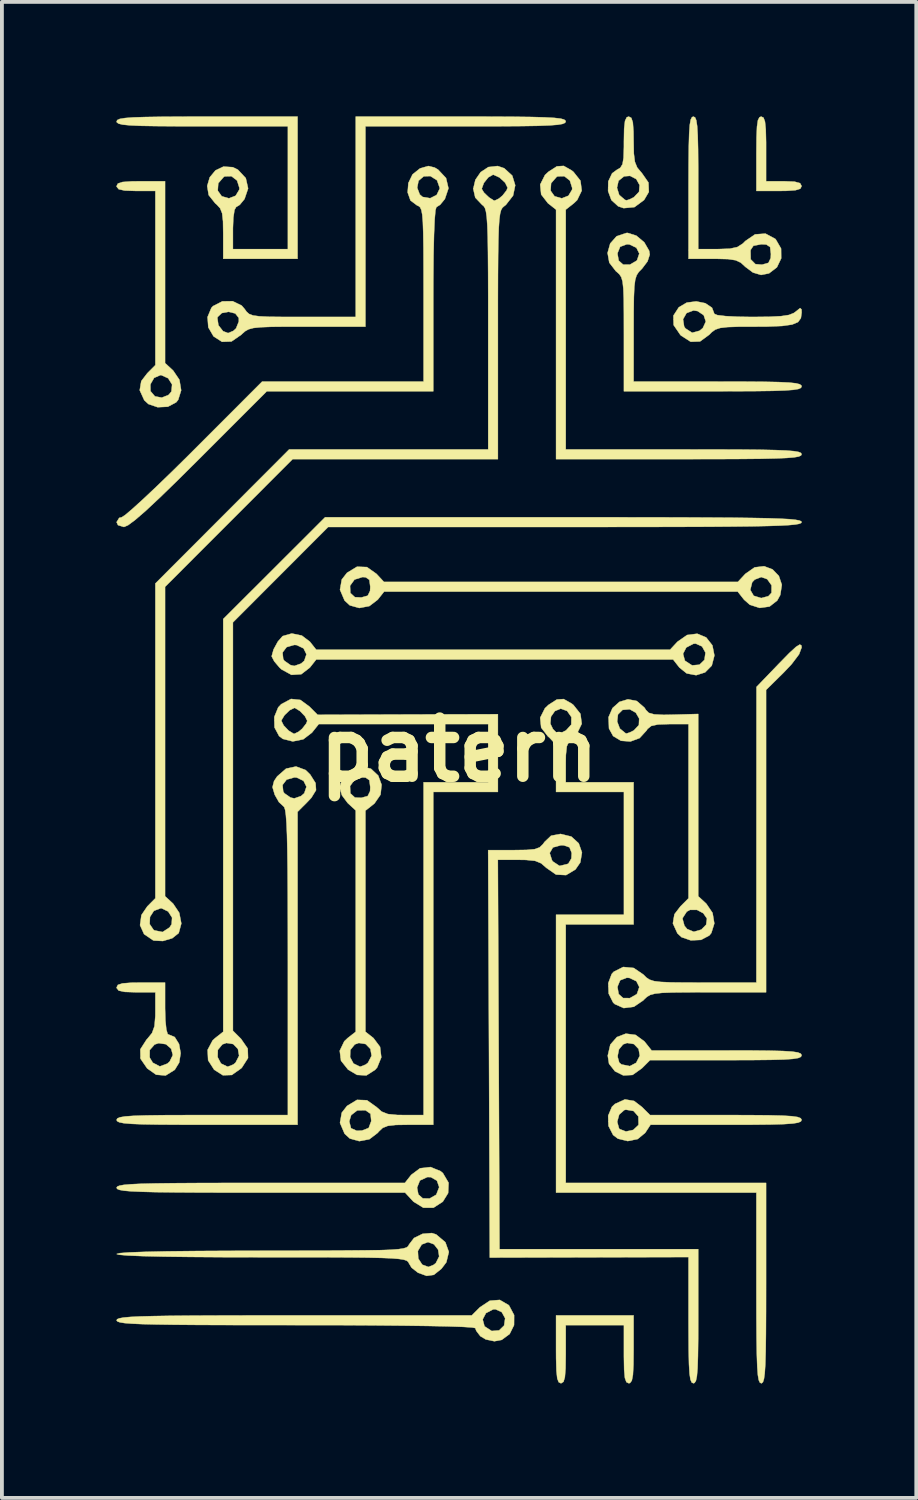
<source format=kicad_pcb>
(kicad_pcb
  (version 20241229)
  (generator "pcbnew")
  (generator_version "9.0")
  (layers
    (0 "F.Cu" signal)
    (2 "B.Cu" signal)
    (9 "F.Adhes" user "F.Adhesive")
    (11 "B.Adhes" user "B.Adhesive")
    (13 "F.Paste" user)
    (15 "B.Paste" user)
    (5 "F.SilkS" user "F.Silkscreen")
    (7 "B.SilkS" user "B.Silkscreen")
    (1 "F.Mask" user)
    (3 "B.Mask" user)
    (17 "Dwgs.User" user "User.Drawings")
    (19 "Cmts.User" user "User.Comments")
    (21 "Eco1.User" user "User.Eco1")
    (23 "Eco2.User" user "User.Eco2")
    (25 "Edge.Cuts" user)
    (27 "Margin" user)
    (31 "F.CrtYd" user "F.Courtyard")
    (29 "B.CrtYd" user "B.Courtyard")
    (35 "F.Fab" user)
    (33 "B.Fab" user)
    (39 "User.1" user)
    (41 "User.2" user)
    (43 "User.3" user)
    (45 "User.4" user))
  (footprint "patern"
    (layer "F.Cu")
    (at 8.98 16.6)
    (property "Reference" "patern" (at 0 0 0) (layer "F.SilkS") (effects (font (size 1.524 1.524) (thickness 0.3))))
    (attr through_hole)
    (fp_poly (pts (xy 7.976 -16.567) (xy 8.014 -16.464) (xy 8.035 -16.259) (xy 8.043 -15.924) (xy 8.043 -15.748) (xy 8.043 -14.901) (xy 8.509 -14.901) (xy 8.79 -14.89) (xy 8.934 -14.85) (xy 8.975 -14.774) (xy 8.94 -14.705) (xy 8.814 -14.666) (xy 8.568 -14.649) (xy 8.382 -14.647) (xy 7.789 -14.647) (xy 7.789 -15.621) (xy 7.793 -16.049) (xy 7.805 -16.333) (xy 7.83 -16.501) (xy 7.871 -16.579) (xy 7.916 -16.595) (xy 7.976 -16.567)) (stroke (width 0.01) (type solid)) (fill yes) (layer "F.SilkS"))
    (fp_poly (pts (xy 4.572 15.706) (xy 4.568 16.112) (xy 4.554 16.376) (xy 4.525 16.525) (xy 4.478 16.588) (xy 4.445 16.595) (xy 4.383 16.565) (xy 4.344 16.457) (xy 4.324 16.241) (xy 4.318 15.888) (xy 4.318 15.833) (xy 4.318 15.071) (xy 2.794 15.071) (xy 2.794 15.833) (xy 2.789 16.204) (xy 2.771 16.436) (xy 2.735 16.556) (xy 2.676 16.594) (xy 2.667 16.595) (xy 2.609 16.567) (xy 2.571 16.467) (xy 2.55 16.267) (xy 2.541 15.94) (xy 2.54 15.706) (xy 2.54 14.817) (xy 4.572 14.817) (xy 4.572 15.706)) (stroke (width 0.01) (type solid)) (fill yes) (layer "F.SilkS"))
    (fp_poly (pts (xy -7.705 -10.137) (xy -7.493 -9.941) (xy -7.329 -9.699) (xy -7.283 -9.423) (xy -7.361 -9.174) (xy -7.414 -9.108) (xy -7.631 -8.993) (xy -7.899 -8.98) (xy -8.142 -9.063) (xy -8.25 -9.163) (xy -8.369 -9.425) (xy -8.343 -9.578) (xy -8.09 -9.578) (xy -8.087 -9.402) (xy -7.971 -9.265) (xy -7.79 -9.231) (xy -7.612 -9.303) (xy -7.538 -9.392) (xy -7.521 -9.575) (xy -7.624 -9.739) (xy -7.803 -9.82) (xy -7.827 -9.821) (xy -7.992 -9.749) (xy -8.09 -9.578) (xy -8.343 -9.578) (xy -8.328 -9.665) (xy -8.17 -9.871) (xy -7.959 -10.083) (xy -7.959 -14.647) (xy -8.467 -14.647) (xy -8.762 -14.657) (xy -8.92 -14.692) (xy -8.974 -14.759) (xy -8.975 -14.774) (xy -8.941 -14.841) (xy -8.821 -14.881) (xy -8.583 -14.898) (xy -8.34 -14.901) (xy -7.705 -14.901) (xy -7.705 -10.137)) (stroke (width 0.01) (type solid)) (fill yes) (layer "F.SilkS"))
    (fp_poly (pts (xy 4.512 -16.561) (xy 4.552 -16.441) (xy 4.569 -16.202) (xy 4.572 -15.964) (xy 4.578 -15.626) (xy 4.606 -15.408) (xy 4.667 -15.259) (xy 4.775 -15.13) (xy 4.784 -15.121) (xy 4.961 -14.867) (xy 4.971 -14.621) (xy 4.847 -14.41) (xy 4.595 -14.223) (xy 4.312 -14.196) (xy 4.168 -14.244) (xy 3.99 -14.407) (xy 3.903 -14.643) (xy 3.905 -14.73) (xy 4.136 -14.73) (xy 4.194 -14.543) (xy 4.344 -14.414) (xy 4.387 -14.4) (xy 4.473 -14.429) (xy 4.578 -14.481) (xy 4.715 -14.625) (xy 4.729 -14.8) (xy 4.642 -14.957) (xy 4.479 -15.042) (xy 4.322 -15.03) (xy 4.177 -14.913) (xy 4.136 -14.73) (xy 3.905 -14.73) (xy 3.908 -14.896) (xy 4.008 -15.108) (xy 4.128 -15.197) (xy 4.224 -15.254) (xy 4.281 -15.347) (xy 4.309 -15.515) (xy 4.318 -15.799) (xy 4.318 -15.937) (xy 4.324 -16.279) (xy 4.347 -16.482) (xy 4.392 -16.577) (xy 4.445 -16.595) (xy 4.512 -16.561)) (stroke (width 0.01) (type solid)) (fill yes) (layer "F.SilkS"))
    (fp_poly (pts (xy -7.705 6.773) (xy -7.696 7.088) (xy -7.672 7.325) (xy -7.637 7.444) (xy -7.626 7.451) (xy -7.452 7.523) (xy -7.339 7.705) (xy -7.296 7.945) (xy -7.335 8.192) (xy -7.451 8.382) (xy -7.69 8.531) (xy -7.939 8.51) (xy -8.174 8.344) (xy -8.348 8.091) (xy -8.349 8.06) (xy -8.109 8.06) (xy -8.026 8.196) (xy -7.842 8.292) (xy -7.645 8.219) (xy -7.584 8.164) (xy -7.501 7.994) (xy -7.546 7.829) (xy -7.682 7.711) (xy -7.871 7.683) (xy -7.98 7.719) (xy -8.107 7.864) (xy -8.109 8.06) (xy -8.349 8.06) (xy -8.353 7.844) (xy -8.19 7.59) (xy -8.17 7.57) (xy -8.046 7.417) (xy -7.982 7.239) (xy -7.96 6.973) (xy -7.959 6.854) (xy -7.959 6.35) (xy -8.467 6.35) (xy -8.762 6.34) (xy -8.92 6.306) (xy -8.974 6.238) (xy -8.975 6.223) (xy -8.941 6.156) (xy -8.821 6.117) (xy -8.583 6.099) (xy -8.34 6.096) (xy -7.705 6.096) (xy -7.705 6.773)) (stroke (width 0.01) (type solid)) (fill yes) (layer "F.SilkS"))
    (fp_poly (pts (xy 4.585 9.198) (xy 4.791 9.356) (xy 5.003 9.567) (xy 6.989 9.567) (xy 7.627 9.569) (xy 8.115 9.573) (xy 8.472 9.582) (xy 8.718 9.597) (xy 8.87 9.619) (xy 8.949 9.649) (xy 8.974 9.689) (xy 8.975 9.694) (xy 8.955 9.735) (xy 8.883 9.766) (xy 8.741 9.789) (xy 8.507 9.805) (xy 8.165 9.815) (xy 7.693 9.82) (xy 7.074 9.821) (xy 6.995 9.821) (xy 5.015 9.821) (xy 4.876 10.033) (xy 4.679 10.196) (xy 4.418 10.249) (xy 4.161 10.186) (xy 4.035 10.09) (xy 3.914 9.853) (xy 3.91 9.744) (xy 4.142 9.744) (xy 4.19 9.917) (xy 4.205 9.934) (xy 4.37 9.998) (xy 4.562 9.957) (xy 4.694 9.833) (xy 4.702 9.812) (xy 4.697 9.604) (xy 4.57 9.46) (xy 4.371 9.427) (xy 4.327 9.437) (xy 4.194 9.555) (xy 4.142 9.744) (xy 3.91 9.744) (xy 3.905 9.584) (xy 4.004 9.351) (xy 4.083 9.276) (xy 4.345 9.157) (xy 4.585 9.198)) (stroke (width 0.01) (type solid)) (fill yes) (layer "F.SilkS"))
    (fp_poly (pts (xy 4.624 7.467) (xy 4.856 7.638) (xy 4.867 7.652) (xy 5.044 7.874) (xy 7.009 7.874) (xy 7.644 7.875) (xy 8.128 7.88) (xy 8.482 7.889) (xy 8.724 7.904) (xy 8.874 7.926) (xy 8.951 7.957) (xy 8.975 7.997) (xy 8.975 8.001) (xy 8.955 8.042) (xy 8.884 8.073) (xy 8.741 8.096) (xy 8.508 8.112) (xy 8.166 8.121) (xy 7.695 8.126) (xy 7.076 8.128) (xy 6.989 8.128) (xy 5.003 8.128) (xy 4.791 8.34) (xy 4.545 8.516) (xy 4.303 8.529) (xy 4.083 8.42) (xy 3.928 8.223) (xy 3.898 8.032) (xy 4.151 8.032) (xy 4.195 8.192) (xy 4.255 8.241) (xy 4.473 8.285) (xy 4.637 8.199) (xy 4.64 8.196) (xy 4.734 8.013) (xy 4.703 7.835) (xy 4.58 7.707) (xy 4.399 7.678) (xy 4.295 7.716) (xy 4.187 7.848) (xy 4.151 8.032) (xy 3.898 8.032) (xy 3.895 8.009) (xy 3.962 7.721) (xy 4.134 7.524) (xy 4.369 7.434) (xy 4.624 7.467)) (stroke (width 0.01) (type solid)) (fill yes) (layer "F.SilkS"))
    (fp_poly (pts (xy -0.486 11.037) (xy -0.423 11.091) (xy -0.276 11.341) (xy -0.288 11.612) (xy -0.427 11.837) (xy -0.671 11.995) (xy -0.938 11.995) (xy -1.194 11.838) (xy -1.22 11.811) (xy -1.416 11.599) (xy -5.196 11.599) (xy -6.103 11.599) (xy -6.856 11.597) (xy -7.467 11.593) (xy -7.951 11.587) (xy -8.322 11.577) (xy -8.595 11.565) (xy -8.782 11.549) (xy -8.898 11.528) (xy -8.958 11.503) (xy -8.975 11.473) (xy -8.975 11.472) (xy -8.973 11.47) (xy -1.102 11.47) (xy -1.068 11.647) (xy -0.953 11.75) (xy -0.775 11.754) (xy -0.609 11.66) (xy -0.596 11.646) (xy -0.522 11.456) (xy -0.581 11.287) (xy -0.741 11.194) (xy -0.832 11.192) (xy -1.028 11.282) (xy -1.102 11.47) (xy -8.973 11.47) (xy -8.958 11.442) (xy -8.899 11.417) (xy -8.783 11.396) (xy -8.596 11.38) (xy -8.325 11.367) (xy -7.954 11.358) (xy -7.471 11.352) (xy -6.86 11.348) (xy -6.109 11.346) (xy -5.202 11.345) (xy -1.421 11.345) (xy -1.255 11.134) (xy -1.025 10.962) (xy -0.75 10.929) (xy -0.486 11.037)) (stroke (width 0.01) (type solid)) (fill yes) (layer "F.SilkS"))
    (fp_poly (pts (xy 6.451 -11.705) (xy 6.626 -11.587) (xy 6.689 -11.424) (xy 6.768 -11.393) (xy 6.985 -11.367) (xy 7.308 -11.351) (xy 7.677 -11.345) (xy 8.125 -11.35) (xy 8.436 -11.366) (xy 8.64 -11.397) (xy 8.769 -11.448) (xy 8.82 -11.485) (xy 8.935 -11.577) (xy 8.972 -11.542) (xy 8.975 -11.46) (xy 8.955 -11.314) (xy 8.881 -11.212) (xy 8.726 -11.146) (xy 8.467 -11.109) (xy 8.079 -11.093) (xy 7.761 -11.091) (xy 7.331 -11.09) (xy 7.035 -11.08) (xy 6.841 -11.057) (xy 6.714 -11.015) (xy 6.62 -10.947) (xy 6.554 -10.88) (xy 6.312 -10.703) (xy 6.068 -10.695) (xy 5.815 -10.857) (xy 5.796 -10.876) (xy 5.621 -11.132) (xy 5.617 -11.285) (xy 5.867 -11.285) (xy 5.896 -11.095) (xy 5.93 -11.045) (xy 6.106 -10.931) (xy 6.301 -10.984) (xy 6.386 -11.055) (xy 6.464 -11.225) (xy 6.409 -11.391) (xy 6.249 -11.499) (xy 6.141 -11.515) (xy 5.959 -11.447) (xy 5.867 -11.285) (xy 5.617 -11.285) (xy 5.615 -11.38) (xy 5.757 -11.599) (xy 5.965 -11.721) (xy 6.213 -11.753) (xy 6.451 -11.705)) (stroke (width 0.01) (type solid)) (fill yes) (layer "F.SilkS"))
    (fp_poly (pts (xy 2.948 -15.185) (xy 2.994 -15.149) (xy 3.179 -14.916) (xy 3.213 -14.655) (xy 3.094 -14.408) (xy 3.006 -14.324) (xy 2.794 -14.157) (xy 2.794 -7.874) (xy 5.884 -7.874) (xy 6.698 -7.873) (xy 7.358 -7.871) (xy 7.88 -7.866) (xy 8.279 -7.857) (xy 8.57 -7.846) (xy 8.77 -7.829) (xy 8.894 -7.808) (xy 8.957 -7.781) (xy 8.975 -7.747) (xy 8.975 -7.747) (xy 8.957 -7.714) (xy 8.896 -7.687) (xy 8.774 -7.666) (xy 8.578 -7.65) (xy 8.291 -7.638) (xy 7.899 -7.629) (xy 7.386 -7.624) (xy 6.738 -7.621) (xy 5.938 -7.62) (xy 5.757 -7.62) (xy 2.54 -7.62) (xy 2.54 -14.157) (xy 2.328 -14.324) (xy 2.15 -14.554) (xy 2.14 -14.655) (xy 2.396 -14.655) (xy 2.5 -14.508) (xy 2.689 -14.453) (xy 2.864 -14.521) (xy 2.96 -14.68) (xy 2.963 -14.725) (xy 2.902 -14.919) (xy 2.756 -15.033) (xy 2.582 -15.029) (xy 2.554 -15.014) (xy 2.41 -14.849) (xy 2.396 -14.655) (xy 2.14 -14.655) (xy 2.124 -14.814) (xy 2.249 -15.063) (xy 2.34 -15.149) (xy 2.56 -15.291) (xy 2.74 -15.303) (xy 2.948 -15.185)) (stroke (width 0.01) (type solid)) (fill yes) (layer "F.SilkS"))
    (fp_poly (pts (xy 6.182 -16.574) (xy 6.214 -16.499) (xy 6.237 -16.349) (xy 6.252 -16.104) (xy 6.261 -15.743) (xy 6.265 -15.245) (xy 6.265 -14.859) (xy 6.265 -13.123) (xy 6.785 -13.123) (xy 7.092 -13.134) (xy 7.289 -13.176) (xy 7.432 -13.267) (xy 7.5 -13.335) (xy 7.754 -13.509) (xy 8.027 -13.529) (xy 8.28 -13.394) (xy 8.297 -13.377) (xy 8.436 -13.138) (xy 8.439 -12.879) (xy 8.327 -12.646) (xy 8.12 -12.487) (xy 7.912 -12.446) (xy 7.699 -12.509) (xy 7.5 -12.658) (xy 7.382 -12.767) (xy 7.246 -12.831) (xy 7.046 -12.861) (xy 6.734 -12.869) (xy 6.658 -12.869) (xy 6.011 -12.869) (xy 6.011 -13.097) (xy 7.635 -13.097) (xy 7.64 -12.855) (xy 7.764 -12.729) (xy 7.937 -12.715) (xy 8.105 -12.763) (xy 8.165 -12.889) (xy 8.17 -12.996) (xy 8.149 -13.176) (xy 8.05 -13.243) (xy 7.917 -13.25) (xy 7.711 -13.21) (xy 7.635 -13.097) (xy 6.011 -13.097) (xy 6.011 -14.732) (xy 6.013 -15.348) (xy 6.018 -15.814) (xy 6.028 -16.151) (xy 6.044 -16.378) (xy 6.068 -16.514) (xy 6.101 -16.579) (xy 6.138 -16.595) (xy 6.182 -16.574)) (stroke (width 0.01) (type solid)) (fill yes) (layer "F.SilkS"))
    (fp_poly (pts (xy 8.213 -4.73) (xy 8.378 -4.559) (xy 8.456 -4.327) (xy 8.415 -4.06) (xy 8.335 -3.914) (xy 8.134 -3.757) (xy 7.875 -3.721) (xy 7.617 -3.804) (xy 7.466 -3.937) (xy 7.299 -4.149) (xy -1.965 -4.149) (xy -2.132 -3.937) (xy -2.352 -3.769) (xy -2.616 -3.719) (xy -2.864 -3.788) (xy -3.001 -3.914) (xy -3.122 -4.198) (xy -3.103 -4.302) (xy -2.858 -4.302) (xy -2.85 -4.112) (xy -2.731 -4.003) (xy -2.562 -3.995) (xy -2.394 -4.042) (xy -2.333 -4.169) (xy -2.332 -4.193) (xy 7.629 -4.193) (xy 7.719 -4.039) (xy 7.916 -3.979) (xy 8.104 -4.029) (xy 8.186 -4.118) (xy 8.187 -4.314) (xy 8.073 -4.474) (xy 7.916 -4.53) (xy 7.746 -4.464) (xy 7.679 -4.393) (xy 7.629 -4.193) (xy -2.332 -4.193) (xy -2.328 -4.276) (xy -2.352 -4.458) (xy -2.449 -4.524) (xy -2.531 -4.53) (xy -2.741 -4.464) (xy -2.858 -4.302) (xy -3.103 -4.302) (xy -3.075 -4.465) (xy -2.937 -4.642) (xy -2.675 -4.801) (xy -2.415 -4.791) (xy -2.166 -4.614) (xy -1.97 -4.403) (xy 7.304 -4.403) (xy 7.5 -4.614) (xy 7.743 -4.784) (xy 7.991 -4.814) (xy 8.213 -4.73)) (stroke (width 0.01) (type solid)) (fill yes) (layer "F.SilkS"))
    (fp_poly (pts (xy 8.969 -2.737) (xy 8.975 -2.686) (xy 8.907 -2.505) (xy 8.713 -2.248) (xy 8.509 -2.032) (xy 8.043 -1.572) (xy 8.043 6.35) (xy 6.534 6.35) (xy 5.995 6.351) (xy 5.599 6.355) (xy 5.32 6.365) (xy 5.131 6.386) (xy 5.007 6.419) (xy 4.921 6.47) (xy 4.847 6.539) (xy 4.826 6.562) (xy 4.579 6.73) (xy 4.313 6.764) (xy 4.077 6.659) (xy 4.035 6.619) (xy 3.919 6.386) (xy 3.912 6.208) (xy 4.148 6.208) (xy 4.181 6.397) (xy 4.296 6.501) (xy 4.474 6.503) (xy 4.645 6.405) (xy 4.663 6.385) (xy 4.721 6.213) (xy 4.645 6.06) (xy 4.463 5.974) (xy 4.395 5.969) (xy 4.219 6.036) (xy 4.148 6.208) (xy 3.912 6.208) (xy 3.908 6.111) (xy 3.998 5.871) (xy 4.05 5.813) (xy 4.3 5.687) (xy 4.574 5.713) (xy 4.826 5.884) (xy 4.905 5.963) (xy 4.989 6.019) (xy 5.107 6.057) (xy 5.285 6.079) (xy 5.553 6.091) (xy 5.937 6.095) (xy 6.407 6.096) (xy 7.789 6.096) (xy 7.792 -1.651) (xy 8.383 -2.265) (xy 8.652 -2.54) (xy 8.828 -2.701) (xy 8.927 -2.762) (xy 8.969 -2.737)) (stroke (width 0.01) (type solid)) (fill yes) (layer "F.SilkS"))
    (fp_poly (pts (xy -4.233 -12.869) (xy -6.181 -12.869) (xy -6.181 -13.513) (xy -6.186 -13.849) (xy -6.209 -14.06) (xy -6.263 -14.194) (xy -6.358 -14.296) (xy -6.392 -14.324) (xy -6.562 -14.538) (xy -6.581 -14.655) (xy -6.325 -14.655) (xy -6.221 -14.508) (xy -6.032 -14.453) (xy -5.856 -14.521) (xy -5.761 -14.68) (xy -5.757 -14.725) (xy -5.818 -14.919) (xy -5.964 -15.033) (xy -6.139 -15.029) (xy -6.167 -15.014) (xy -6.311 -14.849) (xy -6.325 -14.655) (xy -6.581 -14.655) (xy -6.601 -14.777) (xy -6.534 -15.004) (xy -6.384 -15.185) (xy -6.174 -15.285) (xy -5.929 -15.269) (xy -5.797 -15.204) (xy -5.59 -14.983) (xy -5.529 -14.712) (xy -5.623 -14.435) (xy -5.747 -14.284) (xy -5.844 -14.224) (xy -5.886 -14.147) (xy -5.916 -13.945) (xy -5.927 -13.674) (xy -5.927 -13.123) (xy -4.487 -13.123) (xy -4.487 -16.341) (xy -6.731 -16.341) (xy -7.414 -16.342) (xy -7.945 -16.346) (xy -8.344 -16.353) (xy -8.627 -16.366) (xy -8.814 -16.384) (xy -8.921 -16.41) (xy -8.968 -16.443) (xy -8.975 -16.468) (xy -8.956 -16.505) (xy -8.889 -16.535) (xy -8.755 -16.557) (xy -8.536 -16.574) (xy -8.216 -16.584) (xy -7.777 -16.591) (xy -7.201 -16.594) (xy -6.604 -16.595) (xy -4.233 -16.595) (xy -4.233 -12.869)) (stroke (width 0.01) (type solid)) (fill yes) (layer "F.SilkS"))
    (fp_poly (pts (xy 2.94 2.27) (xy 3.134 2.447) (xy 3.219 2.688) (xy 3.175 2.949) (xy 3.048 3.133) (xy 2.802 3.28) (xy 2.539 3.266) (xy 2.286 3.09) (xy 2.15 2.971) (xy 1.99 2.906) (xy 1.75 2.882) (xy 1.551 2.879) (xy 1.015 2.879) (xy 1.037 7.98) (xy 1.058 13.081) (xy 6.265 13.081) (xy 6.265 14.838) (xy 6.264 15.434) (xy 6.258 15.881) (xy 6.248 16.2) (xy 6.23 16.41) (xy 6.204 16.532) (xy 6.168 16.586) (xy 6.138 16.595) (xy 6.094 16.574) (xy 6.061 16.497) (xy 6.038 16.345) (xy 6.023 16.095) (xy 6.015 15.726) (xy 6.012 15.219) (xy 6.011 14.941) (xy 6.011 13.288) (xy 0.804 13.302) (xy 0.783 7.963) (xy 0.761 2.701) (xy 2.373 2.701) (xy 2.434 2.893) (xy 2.459 2.925) (xy 2.632 3.039) (xy 2.837 2.99) (xy 2.865 2.974) (xy 2.942 2.843) (xy 2.95 2.7) (xy 2.892 2.552) (xy 2.743 2.5) (xy 2.668 2.498) (xy 2.458 2.555) (xy 2.373 2.701) (xy 0.761 2.701) (xy 0.761 2.625) (xy 1.429 2.625) (xy 1.768 2.62) (xy 1.981 2.6) (xy 2.11 2.553) (xy 2.198 2.468) (xy 2.236 2.413) (xy 2.409 2.248) (xy 2.656 2.201) (xy 2.94 2.27)) (stroke (width 0.01) (type solid)) (fill yes) (layer "F.SilkS"))
    (fp_poly (pts (xy -4.122 -2.997) (xy -3.91 -2.836) (xy -3.743 -2.625) (xy 5.526 -2.625) (xy 5.722 -2.836) (xy 5.975 -3.012) (xy 6.239 -3.045) (xy 6.472 -2.949) (xy 6.636 -2.741) (xy 6.689 -2.475) (xy 6.62 -2.209) (xy 6.445 -2.032) (xy 6.21 -1.958) (xy 5.963 -2.005) (xy 5.772 -2.159) (xy 5.606 -2.371) (xy -3.743 -2.371) (xy -3.91 -2.159) (xy -4.135 -1.984) (xy -4.392 -1.967) (xy -4.655 -2.111) (xy -4.703 -2.155) (xy -4.844 -2.321) (xy -4.91 -2.448) (xy -4.911 -2.457) (xy -4.884 -2.553) (xy -4.627 -2.553) (xy -4.609 -2.381) (xy -4.578 -2.335) (xy -4.417 -2.223) (xy -4.318 -2.201) (xy -4.143 -2.262) (xy -4.058 -2.335) (xy -4 -2.507) (xy -4.006 -2.519) (xy 5.867 -2.519) (xy 5.914 -2.344) (xy 5.921 -2.335) (xy 6.104 -2.216) (xy 6.298 -2.233) (xy 6.428 -2.359) (xy 6.455 -2.549) (xy 6.365 -2.712) (xy 6.2 -2.786) (xy 6.142 -2.782) (xy 5.952 -2.684) (xy 5.867 -2.519) (xy -4.006 -2.519) (xy -4.076 -2.661) (xy -4.255 -2.747) (xy -4.318 -2.752) (xy -4.52 -2.694) (xy -4.627 -2.553) (xy -4.884 -2.553) (xy -4.862 -2.633) (xy -4.75 -2.839) (xy -4.626 -2.981) (xy -4.623 -2.983) (xy -4.385 -3.051) (xy -4.122 -2.997)) (stroke (width 0.01) (type solid)) (fill yes) (layer "F.SilkS"))
    (fp_poly (pts (xy -2.31 0.493) (xy -2.12 0.671) (xy -2.031 0.913) (xy -2.059 1.172) (xy -2.218 1.403) (xy -2.244 1.424) (xy -2.455 1.591) (xy -2.455 7.384) (xy -2.244 7.55) (xy -2.072 7.78) (xy -2.039 8.056) (xy -2.147 8.32) (xy -2.201 8.382) (xy -2.43 8.529) (xy -2.675 8.515) (xy -2.91 8.376) (xy -3.095 8.143) (xy -3.107 8.049) (xy -2.857 8.049) (xy -2.768 8.216) (xy -2.602 8.297) (xy -2.582 8.297) (xy -2.446 8.243) (xy -2.388 8.196) (xy -2.293 8.013) (xy -2.324 7.835) (xy -2.448 7.707) (xy -2.629 7.678) (xy -2.733 7.716) (xy -2.85 7.86) (xy -2.857 8.049) (xy -3.107 8.049) (xy -3.128 7.882) (xy -3.01 7.635) (xy -2.921 7.55) (xy -2.709 7.384) (xy -2.709 1.586) (xy -2.921 1.39) (xy -3.07 1.19) (xy -3.133 0.983) (xy -3.133 0.981) (xy -3.122 0.947) (xy -2.858 0.947) (xy -2.85 1.137) (xy -2.731 1.247) (xy -2.562 1.255) (xy -2.394 1.207) (xy -2.333 1.081) (xy -2.328 0.974) (xy -2.352 0.792) (xy -2.449 0.725) (xy -2.531 0.72) (xy -2.741 0.785) (xy -2.858 0.947) (xy -3.122 0.947) (xy -3.06 0.747) (xy -2.882 0.544) (xy -2.656 0.431) (xy -2.585 0.423) (xy -2.31 0.493)) (stroke (width 0.01) (type solid)) (fill yes) (layer "F.SilkS"))
    (fp_poly (pts (xy -4.022 0.527) (xy -3.904 0.642) (xy -3.762 0.867) (xy -3.749 1.054) (xy -3.872 1.254) (xy -3.979 1.368) (xy -4.233 1.622) (xy -4.233 9.821) (xy -6.604 9.821) (xy -7.308 9.82) (xy -7.86 9.817) (xy -8.278 9.81) (xy -8.58 9.798) (xy -8.783 9.781) (xy -8.904 9.757) (xy -8.962 9.726) (xy -8.975 9.694) (xy -8.956 9.656) (xy -8.887 9.626) (xy -8.751 9.603) (xy -8.528 9.587) (xy -8.201 9.576) (xy -7.752 9.57) (xy -7.163 9.568) (xy -6.731 9.567) (xy -4.487 9.567) (xy -4.487 5.543) (xy -4.488 4.594) (xy -4.49 3.802) (xy -4.494 3.152) (xy -4.501 2.631) (xy -4.51 2.226) (xy -4.523 1.923) (xy -4.539 1.71) (xy -4.558 1.573) (xy -4.583 1.498) (xy -4.607 1.473) (xy -4.721 1.368) (xy -4.829 1.178) (xy -4.831 1.174) (xy -4.89 0.975) (xy -4.875 0.918) (xy -4.627 0.918) (xy -4.609 1.09) (xy -4.578 1.136) (xy -4.417 1.248) (xy -4.318 1.27) (xy -4.143 1.209) (xy -4.058 1.136) (xy -4 0.964) (xy -4.076 0.81) (xy -4.255 0.724) (xy -4.318 0.72) (xy -4.52 0.778) (xy -4.627 0.918) (xy -4.875 0.918) (xy -4.849 0.816) (xy -4.767 0.693) (xy -4.534 0.49) (xy -4.273 0.434) (xy -4.022 0.527)) (stroke (width 0.01) (type solid)) (fill yes) (layer "F.SilkS"))
    (fp_poly (pts (xy 1.296 14.545) (xy 1.31 14.56) (xy 1.441 14.808) (xy 1.439 15.072) (xy 1.324 15.304) (xy 1.116 15.458) (xy 0.924 15.494) (xy 0.7 15.447) (xy 0.556 15.361) (xy 0.45 15.222) (xy 0.423 15.149) (xy 0.34 15.133) (xy 0.098 15.117) (xy -0.294 15.104) (xy -0.825 15.093) (xy -1.485 15.084) (xy -2.265 15.077) (xy -3.155 15.072) (xy -4.144 15.071) (xy -4.276 15.071) (xy -5.297 15.07) (xy -6.161 15.069) (xy -6.881 15.066) (xy -7.47 15.061) (xy -7.94 15.054) (xy -8.303 15.045) (xy -8.574 15.033) (xy -8.764 15.018) (xy -8.885 14.999) (xy -8.951 14.976) (xy -8.974 14.95) (xy -8.975 14.944) (xy -8.962 14.922) (xy 0.617 14.922) (xy 0.664 15.097) (xy 0.671 15.106) (xy 0.854 15.225) (xy 1.048 15.209) (xy 1.179 15.082) (xy 1.206 14.892) (xy 1.116 14.729) (xy 0.951 14.655) (xy 0.892 14.659) (xy 0.703 14.757) (xy 0.617 14.922) (xy -8.962 14.922) (xy -8.959 14.916) (xy -8.902 14.893) (xy -8.793 14.873) (xy -8.618 14.857) (xy -8.364 14.844) (xy -8.019 14.835) (xy -7.57 14.827) (xy -7.004 14.822) (xy -6.309 14.819) (xy -5.472 14.817) (xy -4.48 14.817) (xy -4.322 14.817) (xy 0.331 14.817) (xy 0.543 14.605) (xy 0.803 14.432) (xy 1.065 14.411) (xy 1.296 14.545)) (stroke (width 0.01) (type solid)) (fill yes) (layer "F.SilkS"))
    (fp_poly (pts (xy 4.644 -13.475) (xy 4.852 -13.3) (xy 4.98 -13.078) (xy 4.995 -12.979) (xy 4.937 -12.801) (xy 4.794 -12.612) (xy 4.785 -12.603) (xy 4.707 -12.524) (xy 4.651 -12.438) (xy 4.614 -12.319) (xy 4.591 -12.137) (xy 4.579 -11.867) (xy 4.574 -11.479) (xy 4.573 -11.028) (xy 4.572 -9.652) (xy 6.773 -9.652) (xy 7.449 -9.651) (xy 7.974 -9.647) (xy 8.365 -9.639) (xy 8.643 -9.626) (xy 8.824 -9.607) (xy 8.927 -9.581) (xy 8.97 -9.547) (xy 8.975 -9.525) (xy 8.956 -9.487) (xy 8.888 -9.457) (xy 8.753 -9.435) (xy 8.534 -9.419) (xy 8.211 -9.408) (xy 7.769 -9.402) (xy 7.188 -9.399) (xy 6.646 -9.398) (xy 4.318 -9.398) (xy 4.318 -10.889) (xy 4.317 -11.424) (xy 4.314 -11.815) (xy 4.303 -12.089) (xy 4.283 -12.272) (xy 4.249 -12.388) (xy 4.198 -12.465) (xy 4.128 -12.528) (xy 4.106 -12.546) (xy 3.935 -12.768) (xy 3.892 -13.011) (xy 4.148 -13.011) (xy 4.181 -12.822) (xy 4.296 -12.718) (xy 4.474 -12.716) (xy 4.645 -12.815) (xy 4.663 -12.834) (xy 4.721 -13.006) (xy 4.645 -13.159) (xy 4.463 -13.245) (xy 4.395 -13.25) (xy 4.219 -13.184) (xy 4.148 -13.011) (xy 3.892 -13.011) (xy 3.89 -13.024) (xy 3.959 -13.27) (xy 4.126 -13.459) (xy 4.379 -13.545) (xy 4.416 -13.547) (xy 4.644 -13.475)) (stroke (width 0.01) (type solid)) (fill yes) (layer "F.SilkS"))
    (fp_poly (pts (xy 3.92 -6.096) (xy 4.95 -6.095) (xy 5.832 -6.093) (xy 6.579 -6.089) (xy 7.2 -6.085) (xy 7.706 -6.078) (xy 8.11 -6.07) (xy 8.421 -6.059) (xy 8.65 -6.047) (xy 8.809 -6.031) (xy 8.909 -6.013) (xy 8.961 -5.992) (xy 8.975 -5.969) (xy 8.959 -5.945) (xy 8.906 -5.924) (xy 8.804 -5.906) (xy 8.643 -5.891) (xy 8.41 -5.878) (xy 8.095 -5.868) (xy 7.687 -5.859) (xy 7.176 -5.853) (xy 6.549 -5.848) (xy 5.796 -5.845) (xy 4.906 -5.843) (xy 3.868 -5.842) (xy 2.772 -5.842) (xy -3.431 -5.842) (xy -4.679 -4.592) (xy -5.927 -3.342) (xy -5.927 2.008) (xy -5.927 7.358) (xy -5.715 7.57) (xy -5.539 7.824) (xy -5.531 8.072) (xy -5.691 8.323) (xy -5.711 8.344) (xy -5.956 8.517) (xy -6.19 8.525) (xy -6.419 8.379) (xy -6.577 8.132) (xy -6.581 8.049) (xy -6.328 8.049) (xy -6.24 8.216) (xy -6.074 8.297) (xy -6.054 8.297) (xy -5.917 8.243) (xy -5.859 8.196) (xy -5.765 8.013) (xy -5.796 7.835) (xy -5.919 7.707) (xy -6.1 7.678) (xy -6.204 7.716) (xy -6.322 7.86) (xy -6.328 8.049) (xy -6.581 8.049) (xy -6.59 7.859) (xy -6.459 7.611) (xy -6.392 7.55) (xy -6.181 7.384) (xy -6.181 1.976) (xy -6.181 -3.431) (xy -4.846 -4.763) (xy -3.512 -6.096) (xy 2.731 -6.096) (xy 3.92 -6.096)) (stroke (width 0.01) (type solid)) (fill yes) (layer "F.SilkS"))
    (fp_poly (pts (xy -0.602 12.695) (xy -0.36 12.9) (xy -0.269 13.154) (xy -0.335 13.425) (xy -0.462 13.593) (xy -0.662 13.754) (xy -0.85 13.781) (xy -1.078 13.698) (xy -1.246 13.566) (xy -1.316 13.45) (xy -1.335 13.413) (xy -1.374 13.382) (xy -1.449 13.357) (xy -1.575 13.337) (xy -1.765 13.321) (xy -2.036 13.31) (xy -2.401 13.302) (xy -2.875 13.297) (xy -3.474 13.294) (xy -4.212 13.293) (xy -5.103 13.293) (xy -5.17 13.293) (xy -6.182 13.291) (xy -7.042 13.285) (xy -7.749 13.276) (xy -8.299 13.263) (xy -8.688 13.247) (xy -8.914 13.227) (xy -8.975 13.208) (xy -8.891 13.185) (xy -8.64 13.166) (xy -8.227 13.151) (xy -7.654 13.138) (xy -6.924 13.13) (xy -6.813 13.129) (xy -1.081 13.129) (xy -1.07 13.326) (xy -0.967 13.487) (xy -0.804 13.547) (xy -0.668 13.492) (xy -0.61 13.445) (xy -0.523 13.272) (xy -0.55 13.094) (xy -0.659 12.954) (xy -0.815 12.896) (xy -0.979 12.958) (xy -1.081 13.129) (xy -6.813 13.129) (xy -6.041 13.125) (xy -5.17 13.123) (xy -4.269 13.123) (xy -3.521 13.122) (xy -2.914 13.119) (xy -2.431 13.114) (xy -2.059 13.107) (xy -1.783 13.096) (xy -1.587 13.081) (xy -1.457 13.061) (xy -1.379 13.037) (xy -1.337 13.006) (xy -1.317 12.969) (xy -1.315 12.963) (xy -1.182 12.789) (xy -0.957 12.679) (xy -0.714 12.659) (xy -0.602 12.695)) (stroke (width 0.01) (type solid)) (fill yes) (layer "F.SilkS"))
    (fp_poly (pts (xy 0.806 -16.594) (xy 1.417 -16.591) (xy 1.892 -16.585) (xy 2.246 -16.575) (xy 2.496 -16.561) (xy 2.66 -16.542) (xy 2.752 -16.517) (xy 2.79 -16.485) (xy 2.794 -16.468) (xy 2.776 -16.432) (xy 2.71 -16.403) (xy 2.581 -16.381) (xy 2.37 -16.365) (xy 2.062 -16.353) (xy 1.64 -16.346) (xy 1.086 -16.342) (xy 0.384 -16.341) (xy 0.169 -16.341) (xy -2.455 -16.341) (xy -2.455 -11.091) (xy -3.975 -11.091) (xy -4.517 -11.091) (xy -4.915 -11.087) (xy -5.197 -11.076) (xy -5.389 -11.056) (xy -5.516 -11.022) (xy -5.606 -10.972) (xy -5.684 -10.903) (xy -5.707 -10.88) (xy -5.965 -10.702) (xy -6.213 -10.694) (xy -6.435 -10.837) (xy -6.572 -11.073) (xy -6.59 -11.32) (xy -6.335 -11.32) (xy -6.307 -11.128) (xy -6.185 -10.972) (xy -6.054 -10.922) (xy -5.914 -10.981) (xy -5.845 -11.045) (xy -5.772 -11.227) (xy -5.773 -11.32) (xy -5.866 -11.437) (xy -6.039 -11.48) (xy -6.217 -11.448) (xy -6.328 -11.343) (xy -6.335 -11.32) (xy -6.59 -11.32) (xy -6.591 -11.345) (xy -6.492 -11.582) (xy -6.449 -11.629) (xy -6.205 -11.754) (xy -5.933 -11.758) (xy -5.698 -11.644) (xy -5.623 -11.557) (xy -5.567 -11.479) (xy -5.502 -11.423) (xy -5.401 -11.385) (xy -5.236 -11.362) (xy -4.982 -11.35) (xy -4.613 -11.346) (xy -4.1 -11.345) (xy -2.709 -11.345) (xy -2.709 -16.595) (xy 0.042 -16.595) (xy 0.806 -16.594)) (stroke (width 0.01) (type solid)) (fill yes) (layer "F.SilkS"))
    (fp_poly (pts (xy 4.655 -1.282) (xy 4.856 -1.108) (xy 4.897 -1.044) (xy 4.97 -0.971) (xy 5.111 -0.932) (xy 5.358 -0.919) (xy 5.62 -0.924) (xy 6.265 -0.942) (xy 6.265 3.833) (xy 6.477 4.029) (xy 6.641 4.271) (xy 6.687 4.547) (xy 6.609 4.796) (xy 6.556 4.862) (xy 6.339 4.977) (xy 6.071 4.99) (xy 5.828 4.907) (xy 5.72 4.807) (xy 5.601 4.545) (xy 5.623 4.413) (xy 5.851 4.413) (xy 5.904 4.608) (xy 5.975 4.693) (xy 6.15 4.765) (xy 6.346 4.708) (xy 6.473 4.579) (xy 6.494 4.419) (xy 6.398 4.279) (xy 6.233 4.191) (xy 6.052 4.19) (xy 5.965 4.237) (xy 5.851 4.413) (xy 5.623 4.413) (xy 5.642 4.305) (xy 5.8 4.099) (xy 6.011 3.887) (xy 6.011 -0.677) (xy 5.506 -0.677) (xy 5.208 -0.667) (xy 5.033 -0.628) (xy 4.935 -0.548) (xy 4.912 -0.51) (xy 4.729 -0.31) (xy 4.489 -0.221) (xy 4.241 -0.24) (xy 4.035 -0.364) (xy 3.927 -0.561) (xy 3.92 -0.745) (xy 4.141 -0.745) (xy 4.211 -0.56) (xy 4.359 -0.439) (xy 4.387 -0.43) (xy 4.473 -0.459) (xy 4.578 -0.511) (xy 4.71 -0.651) (xy 4.718 -0.822) (xy 4.629 -0.976) (xy 4.47 -1.065) (xy 4.282 -1.049) (xy 4.162 -0.929) (xy 4.141 -0.745) (xy 3.92 -0.745) (xy 3.915 -0.858) (xy 4.019 -1.097) (xy 4.2 -1.259) (xy 4.424 -1.327) (xy 4.655 -1.282)) (stroke (width 0.01) (type solid)) (fill yes) (layer "F.SilkS"))
    (fp_poly (pts (xy 2.948 -1.215) (xy 2.994 -1.179) (xy 3.179 -0.946) (xy 3.213 -0.685) (xy 3.094 -0.438) (xy 3.006 -0.354) (xy 2.885 -0.237) (xy 2.821 -0.092) (xy 2.797 0.135) (xy 2.794 0.33) (xy 2.794 0.847) (xy 4.572 0.847) (xy 4.572 4.572) (xy 2.794 4.572) (xy 2.794 11.345) (xy 8.043 11.345) (xy 8.043 13.97) (xy 8.042 14.714) (xy 8.039 15.306) (xy 8.033 15.762) (xy 8.023 16.099) (xy 8.008 16.334) (xy 7.987 16.484) (xy 7.961 16.564) (xy 7.927 16.594) (xy 7.916 16.595) (xy 7.88 16.576) (xy 7.85 16.51) (xy 7.828 16.378) (xy 7.812 16.164) (xy 7.801 15.85) (xy 7.794 15.42) (xy 7.79 14.855) (xy 7.789 14.139) (xy 7.789 14.097) (xy 7.789 11.599) (xy 2.54 11.599) (xy 2.54 4.318) (xy 4.318 4.318) (xy 4.318 1.101) (xy 2.54 1.101) (xy 2.54 0.457) (xy 2.535 0.121) (xy 2.512 -0.09) (xy 2.458 -0.224) (xy 2.362 -0.326) (xy 2.328 -0.354) (xy 2.15 -0.584) (xy 2.139 -0.689) (xy 2.39 -0.689) (xy 2.459 -0.546) (xy 2.559 -0.444) (xy 2.657 -0.441) (xy 2.8 -0.511) (xy 2.939 -0.664) (xy 2.942 -0.861) (xy 2.829 -1.022) (xy 2.661 -1.082) (xy 2.509 -1.018) (xy 2.407 -0.872) (xy 2.39 -0.689) (xy 2.139 -0.689) (xy 2.124 -0.844) (xy 2.249 -1.093) (xy 2.34 -1.179) (xy 2.56 -1.321) (xy 2.74 -1.333) (xy 2.948 -1.215)) (stroke (width 0.01) (type solid)) (fill yes) (layer "F.SilkS"))
    (fp_poly (pts (xy -0.642 -15.26) (xy -0.552 -15.207) (xy -0.343 -14.985) (xy -0.279 -14.715) (xy -0.373 -14.437) (xy -0.374 -14.435) (xy -0.498 -14.284) (xy -0.595 -14.224) (xy -0.62 -14.141) (xy -0.641 -13.898) (xy -0.658 -13.505) (xy -0.67 -12.971) (xy -0.676 -12.305) (xy -0.677 -11.811) (xy -0.677 -9.398) (xy -5.039 -9.398) (xy -6.816 -7.62) (xy -7.389 -7.051) (xy -7.854 -6.6) (xy -8.218 -6.26) (xy -8.49 -6.025) (xy -8.675 -5.888) (xy -8.782 -5.842) (xy -8.783 -5.842) (xy -8.938 -5.89) (xy -8.975 -5.969) (xy -8.907 -6.08) (xy -8.843 -6.096) (xy -8.752 -6.154) (xy -8.559 -6.318) (xy -8.278 -6.573) (xy -7.927 -6.904) (xy -7.521 -7.296) (xy -7.077 -7.734) (xy -6.937 -7.874) (xy -5.161 -9.652) (xy -0.931 -9.652) (xy -0.931 -11.932) (xy -0.932 -12.613) (xy -0.934 -13.143) (xy -0.94 -13.542) (xy -0.95 -13.83) (xy -0.966 -14.026) (xy -0.99 -14.149) (xy -1.022 -14.218) (xy -1.065 -14.253) (xy -1.1 -14.266) (xy -1.274 -14.396) (xy -1.349 -14.609) (xy -1.339 -14.731) (xy -1.099 -14.731) (xy -1.031 -14.554) (xy -0.955 -14.489) (xy -0.759 -14.456) (xy -0.588 -14.542) (xy -0.508 -14.71) (xy -0.508 -14.725) (xy -0.579 -14.926) (xy -0.754 -15.036) (xy -0.927 -15.03) (xy -1.063 -14.914) (xy -1.099 -14.731) (xy -1.339 -14.731) (xy -1.33 -14.854) (xy -1.221 -15.08) (xy -1.026 -15.236) (xy -1.018 -15.239) (xy -0.809 -15.3) (xy -0.642 -15.26)) (stroke (width 0.01) (type solid)) (fill yes) (layer "F.SilkS"))
    (fp_poly (pts (xy -4.159 -1.31) (xy -3.924 -1.138) (xy -3.708 -0.921) (xy -1.346 -0.929) (xy 1.016 -0.936) (xy 1.016 1.101) (xy -0.677 1.101) (xy -0.677 9.821) (xy -1.321 9.821) (xy -1.657 9.826) (xy -1.868 9.85) (xy -2.002 9.903) (xy -2.104 9.999) (xy -2.132 10.033) (xy -2.352 10.201) (xy -2.616 10.251) (xy -2.864 10.182) (xy -3.001 10.056) (xy -3.122 9.772) (xy -3.115 9.733) (xy -2.879 9.733) (xy -2.833 9.912) (xy -2.681 9.979) (xy -2.543 9.973) (xy -2.37 9.906) (xy -2.303 9.728) (xy -2.302 9.723) (xy -2.321 9.534) (xy -2.454 9.441) (xy -2.669 9.445) (xy -2.829 9.569) (xy -2.879 9.733) (xy -3.115 9.733) (xy -3.075 9.505) (xy -2.937 9.328) (xy -2.675 9.169) (xy -2.415 9.179) (xy -2.166 9.356) (xy -2.029 9.477) (xy -1.866 9.541) (xy -1.62 9.565) (xy -1.451 9.567) (xy -0.931 9.567) (xy -0.931 0.847) (xy 0.762 0.847) (xy 0.762 -0.677) (xy -3.677 -0.677) (xy -3.857 -0.452) (xy -4.083 -0.279) (xy -4.358 -0.223) (xy -4.619 -0.289) (xy -4.717 -0.363) (xy -4.837 -0.589) (xy -4.841 -0.762) (xy -4.657 -0.762) (xy -4.597 -0.641) (xy -4.466 -0.505) (xy -4.336 -0.426) (xy -4.318 -0.423) (xy -4.206 -0.477) (xy -4.112 -0.556) (xy -4.006 -0.692) (xy -3.979 -0.762) (xy -4.039 -0.883) (xy -4.17 -1.019) (xy -4.3 -1.098) (xy -4.318 -1.101) (xy -4.439 -1.041) (xy -4.575 -0.91) (xy -4.654 -0.78) (xy -4.657 -0.762) (xy -4.841 -0.762) (xy -4.843 -0.864) (xy -4.741 -1.114) (xy -4.661 -1.199) (xy -4.404 -1.336) (xy -4.159 -1.31)) (stroke (width 0.01) (type solid)) (fill yes) (layer "F.SilkS"))
    (fp_poly (pts (xy 1.181 -15.242) (xy 1.392 -15.049) (xy 1.47 -14.795) (xy 1.414 -14.525) (xy 1.226 -14.283) (xy 1.172 -14.24) (xy 1.132 -14.204) (xy 1.1 -14.146) (xy 1.074 -14.05) (xy 1.054 -13.899) (xy 1.039 -13.679) (xy 1.029 -13.371) (xy 1.022 -12.961) (xy 1.018 -12.431) (xy 1.016 -11.766) (xy 1.016 -10.949) (xy 1.016 -10.875) (xy 1.016 -7.62) (xy -4.362 -7.62) (xy -6.033 -5.947) (xy -7.705 -4.274) (xy -7.705 -0.221) (xy -7.705 3.833) (xy -7.493 4.029) (xy -7.333 4.268) (xy -7.279 4.548) (xy -7.347 4.798) (xy -7.348 4.8) (xy -7.516 4.934) (xy -7.762 5.007) (xy -7.999 4.995) (xy -8.017 4.989) (xy -8.255 4.827) (xy -8.361 4.592) (xy -8.357 4.563) (xy -8.109 4.563) (xy -8.006 4.715) (xy -7.985 4.728) (xy -7.77 4.771) (xy -7.588 4.652) (xy -7.533 4.568) (xy -7.521 4.394) (xy -7.624 4.233) (xy -7.795 4.15) (xy -7.821 4.149) (xy -7.998 4.216) (xy -8.1 4.375) (xy -8.109 4.563) (xy -8.357 4.563) (xy -8.325 4.327) (xy -8.17 4.099) (xy -7.959 3.887) (xy -7.959 -0.238) (xy -7.959 -4.362) (xy -6.206 -6.118) (xy -4.453 -7.874) (xy 0.762 -7.874) (xy 0.762 -11.029) (xy 0.762 -11.844) (xy 0.76 -12.506) (xy 0.756 -13.033) (xy 0.75 -13.439) (xy 0.739 -13.742) (xy 0.724 -13.958) (xy 0.704 -14.103) (xy 0.678 -14.195) (xy 0.644 -14.249) (xy 0.604 -14.282) (xy 0.603 -14.282) (xy 0.423 -14.472) (xy 0.371 -14.701) (xy 0.593 -14.701) (xy 0.652 -14.603) (xy 0.78 -14.48) (xy 0.905 -14.399) (xy 0.931 -14.393) (xy 1.043 -14.447) (xy 1.137 -14.526) (xy 1.244 -14.662) (xy 1.27 -14.732) (xy 1.205 -14.864) (xy 1.058 -14.999) (xy 0.903 -15.07) (xy 0.886 -15.071) (xy 0.766 -15.004) (xy 0.648 -14.856) (xy 0.593 -14.705) (xy 0.593 -14.701) (xy 0.371 -14.701) (xy 0.371 -14.703) (xy 0.426 -14.938) (xy 0.565 -15.14) (xy 0.767 -15.273) (xy 1.009 -15.3) (xy 1.181 -15.242)) (stroke (width 0.01) (type solid)) (fill yes) (layer "F.SilkS")))
  (gr_rect
    (start -3 -3)
    (end 20.959 36.199)
    (stroke (width 0.1) (type default))
    (fill no)
    (layer "Edge.Cuts")))
</source>
